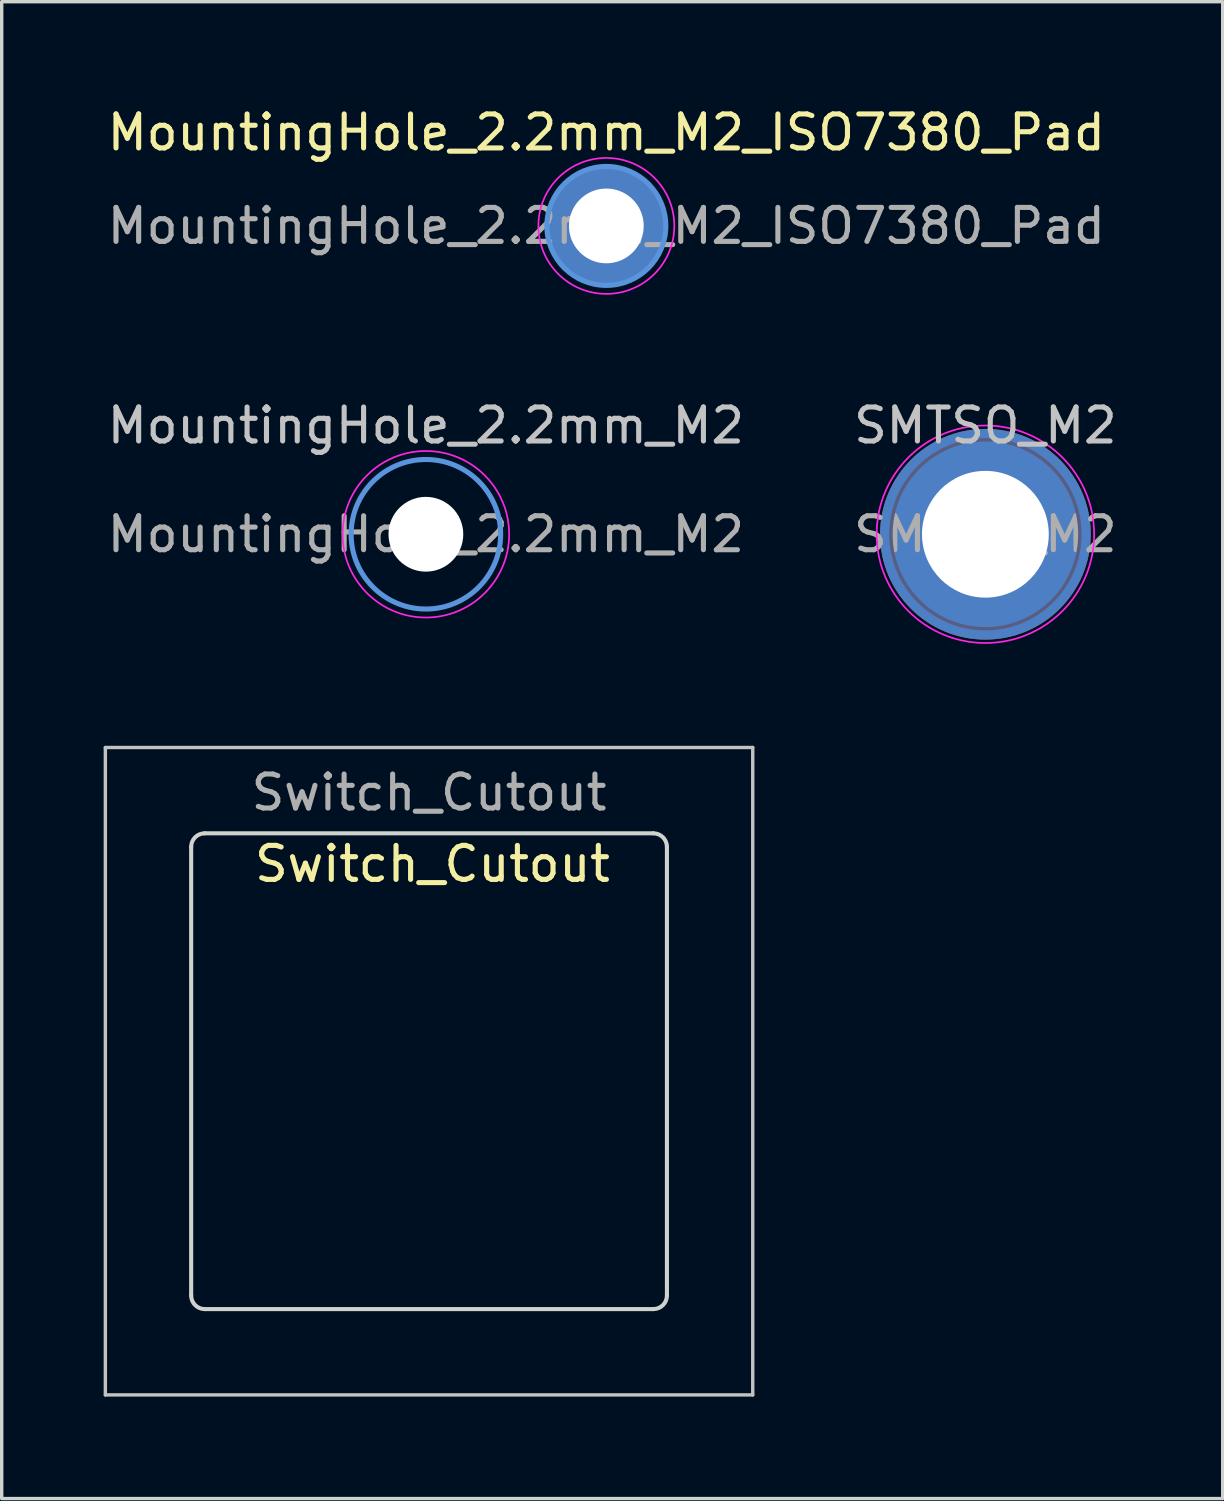
<source format=kicad_pcb>
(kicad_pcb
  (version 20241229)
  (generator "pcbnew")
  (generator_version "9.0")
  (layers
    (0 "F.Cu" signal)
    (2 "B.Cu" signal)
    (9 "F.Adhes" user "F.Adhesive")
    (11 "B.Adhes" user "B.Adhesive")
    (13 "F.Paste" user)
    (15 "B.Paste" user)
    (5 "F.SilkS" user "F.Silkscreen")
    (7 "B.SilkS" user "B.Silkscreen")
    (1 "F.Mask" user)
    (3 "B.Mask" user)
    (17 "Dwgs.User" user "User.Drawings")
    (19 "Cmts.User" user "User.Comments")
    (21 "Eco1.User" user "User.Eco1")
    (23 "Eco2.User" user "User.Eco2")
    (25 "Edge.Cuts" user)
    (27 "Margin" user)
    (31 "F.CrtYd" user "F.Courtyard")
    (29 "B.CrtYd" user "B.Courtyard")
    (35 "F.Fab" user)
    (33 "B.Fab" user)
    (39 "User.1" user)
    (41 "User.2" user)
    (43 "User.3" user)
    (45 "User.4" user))
  (footprint "Switch_Cutout"
    (layer "F.Cu")
    (at 9.575 28.471)
    (property "Reference" "Switch_Cutout" (at 0.1 -6.1 0) (layer "F.SilkS") (effects (font (size 1 1) (thickness 0.15))))
    (attr through_hole)
    (fp_line (start -9.525 -9.525) (end -9.525 9.525) (stroke (width 0.1) (type solid)) (layer "Dwgs.User"))
    (fp_line (start -9.525 9.525) (end 9.525 9.525) (stroke (width 0.1) (type solid)) (layer "Dwgs.User"))
    (fp_line (start 9.525 -9.525) (end -9.525 -9.525) (stroke (width 0.1) (type solid)) (layer "Dwgs.User"))
    (fp_line (start 9.525 9.525) (end 9.525 -9.525) (stroke (width 0.1) (type solid)) (layer "Dwgs.User"))
    (fp_line (start -7 -6.6) (end -7 6.6) (stroke (width 0.12) (type solid)) (layer "Edge.Cuts"))
    (fp_line (start -6.6 -7) (end 6.6 -7) (stroke (width 0.12) (type solid)) (layer "Edge.Cuts"))
    (fp_line (start -6.6 7) (end 6.6 7) (stroke (width 0.12) (type solid)) (layer "Edge.Cuts"))
    (fp_line (start 7 6.6) (end 7 -6.6) (stroke (width 0.12) (type solid)) (layer "Edge.Cuts"))
    (fp_arc (start -7 -6.6) (mid -6.882843 -6.882843) (end -6.6 -7) (stroke (width 0.12) (type solid)) (layer "Edge.Cuts"))
    (fp_arc (start -6.6 7) (mid -6.882843 6.882843) (end -7 6.6) (stroke (width 0.12) (type solid)) (layer "Edge.Cuts"))
    (fp_arc (start 6.6 -7) (mid 6.882843 -6.882843) (end 7 -6.6) (stroke (width 0.12) (type solid)) (layer "Edge.Cuts"))
    (fp_arc (start 7 6.6) (mid 6.882843 6.882843) (end 6.6 7) (stroke (width 0.12) (type solid)) (layer "Edge.Cuts"))
    (fp_text user "${REFERENCE}" (at 0 -8.2 0) (layer "F.Fab") (effects (font (size 1 1) (thickness 0.15)))))
  (footprint "MountingHole_2.2mm_M2"
    (layer "F.Cu")
    (at 9.482 12.671)
    (property "Reference" "MountingHole_2.2mm_M2" (at 0 -3.2 0) (layer "Dwgs.User") (effects (font (size 1 1) (thickness 0.15))))
    (attr exclude_from_pos_files exclude_from_bom)
    (fp_circle (center 0 0) (end 2.2 0) (stroke (width 0.15) (type solid)) (fill no) (layer "Cmts.User"))
    (fp_circle (center 0 0) (end 2.45 0) (stroke (width 0.05) (type solid)) (fill no) (layer "F.CrtYd"))
    (fp_text user "${REFERENCE}" (at 0 0 0) (layer "F.Fab") (effects (font (size 1 1) (thickness 0.15))))
    (pad "" np_thru_hole circle (at 0 0) (size 2.2 2.2) (drill 2.2) (layers "*.Cu" "*.Mask")))
  (footprint "SMTSO_M2"
    (layer "F.Cu")
    (at 25.946 12.671)
    (property "Reference" "SMTSO_M2" (at 0 -3.2 0) (layer "Dwgs.User") (effects (font (size 1 1) (thickness 0.15))))
    (attr exclude_from_pos_files exclude_from_bom)
    (fp_circle (center 0 0) (end 3.2 0) (stroke (width 0.05) (type solid)) (fill no) (layer "F.CrtYd"))
    (fp_circle (center 0 0) (end 0 0) (stroke (width 0.1) (type solid)) (fill no) (layer "B.Fab"))
    (fp_circle (center 0 0) (end 2.78 0) (stroke (width 0.1) (type solid)) (fill no) (layer "B.Fab"))
    (fp_text user "${REFERENCE}" (at 0 0 0) (layer "F.Fab") (effects (font (size 1 1) (thickness 0.15))))
    (pad "" thru_hole circle (at 0 0) (size 6.2 6.2) (drill 3.73) (layers "*.Cu" "*.Mask")))
  (footprint "MountingHole_2.2mm_M2_ISO7380_Pad"
    (layer "F.Cu")
    (at 14.792 3.598)
    (property "Reference" "MountingHole_2.2mm_M2_ISO7380_Pad" (at 0 -2.75 0) (layer "F.SilkS") (effects (font (size 1 1) (thickness 0.15))))
    (attr exclude_from_pos_files exclude_from_bom)
    (fp_circle (center 0 0) (end 1.75 0) (stroke (width 0.15) (type solid)) (fill no) (layer "Cmts.User"))
    (fp_circle (center 0 0) (end 2 0) (stroke (width 0.05) (type solid)) (fill no) (layer "F.CrtYd"))
    (fp_text user "${REFERENCE}" (at 0 0 0) (layer "F.Fab") (effects (font (size 1 1) (thickness 0.15))))
    (pad "" thru_hole circle (at 0 0) (size 3.5 3.5) (drill 2.2) (layers "*.Cu" "*.Mask")))
  (gr_rect
    (start -3 -3)
    (end 32.929 41.047)
    (stroke (width 0.1) (type default))
    (fill no)
    (layer "Edge.Cuts")))
</source>
